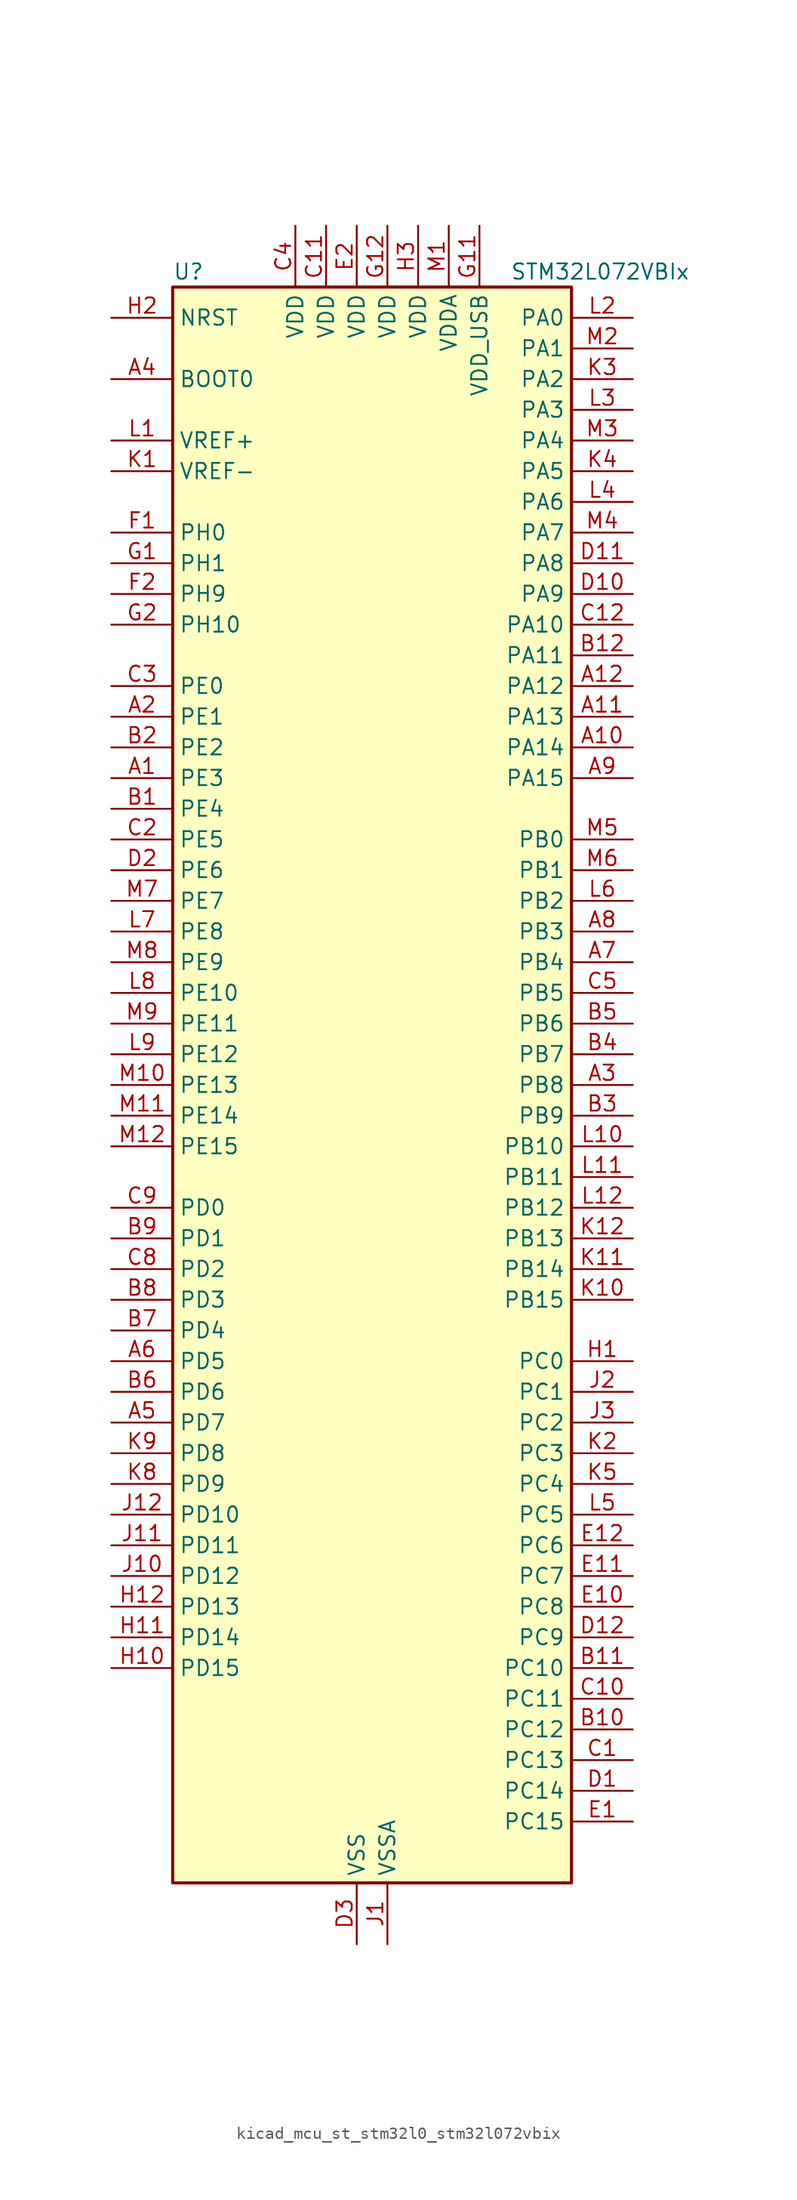
<source format=kicad_sym>
(kicad_symbol_lib
  (version 20220914)
  (generator kicad_symbol_editor)
  (symbol "kicad_mcu_st_stm32l0_stm32l072vbix"
    (property "Reference" "U"
      (at -15.24 67.31 0)
      (effects (font (size 1.27 1.27)) (justify left)))
    (property "Value" "STM32L072VBIx"
      (at 12.7 67.31 0)
      (effects (font (size 1.27 1.27)) (justify left)))
    (property "ki_locked" ""
      (at 0 0 0)
      (effects (font (size 1.27 1.27))))
    (symbol "kicad_mcu_st_stm32l0_stm32l072vbix_0_1"
      (rectangle (start -15.24 -66.04) (end 17.78 66.04) (stroke (width 0.254) (type default)) (fill (type background))))
    (symbol "kicad_mcu_st_stm32l0_stm32l072vbix_1_1"
      (pin bidirectional line (at -20.32 25.4 0) (length 5.08) (name "PE3" (effects (font (size 1.27 1.27)))) (number "A1" (effects (font (size 1.27 1.27)))) (alternate "TIM22_CH1" bidirectional line) (alternate "TIM3_CH1" bidirectional line))
      (pin bidirectional line (at 22.86 27.94 180) (length 5.08) (name "PA14" (effects (font (size 1.27 1.27)))) (number "A10" (effects (font (size 1.27 1.27)))) (alternate "LPUART1_TX" bidirectional line) (alternate "SYS_SWCLK" bidirectional line) (alternate "USART2_TX" bidirectional line))
      (pin bidirectional line (at 22.86 30.48 180) (length 5.08) (name "PA13" (effects (font (size 1.27 1.27)))) (number "A11" (effects (font (size 1.27 1.27)))) (alternate "LPUART1_RX" bidirectional line) (alternate "SYS_SWDIO" bidirectional line) (alternate "USB_NOE" bidirectional line))
      (pin bidirectional line (at 22.86 33.02 180) (length 5.08) (name "PA12" (effects (font (size 1.27 1.27)))) (number "A12" (effects (font (size 1.27 1.27)))) (alternate "COMP2_OUT" bidirectional line) (alternate "SPI1_MOSI" bidirectional line) (alternate "TSC_G4_IO4" bidirectional line) (alternate "USART1_DE" bidirectional line) (alternate "USART1_RTS" bidirectional line) (alternate "USB_DP" bidirectional line))
      (pin bidirectional line (at -20.32 30.48 0) (length 5.08) (name "PE1" (effects (font (size 1.27 1.27)))) (number "A2" (effects (font (size 1.27 1.27)))))
      (pin bidirectional line (at 22.86 0 180) (length 5.08) (name "PB8" (effects (font (size 1.27 1.27)))) (number "A3" (effects (font (size 1.27 1.27)))) (alternate "I2C1_SCL" bidirectional line) (alternate "TSC_SYNC" bidirectional line))
      (pin input line (at -20.32 58.42 0) (length 5.08) (name "BOOT0" (effects (font (size 1.27 1.27)))) (number "A4" (effects (font (size 1.27 1.27)))))
      (pin bidirectional line (at -20.32 -27.94 0) (length 5.08) (name "PD7" (effects (font (size 1.27 1.27)))) (number "A5" (effects (font (size 1.27 1.27)))) (alternate "TIM21_CH2" bidirectional line) (alternate "USART2_CK" bidirectional line))
      (pin bidirectional line (at -20.32 -22.86 0) (length 5.08) (name "PD5" (effects (font (size 1.27 1.27)))) (number "A6" (effects (font (size 1.27 1.27)))) (alternate "USART2_TX" bidirectional line))
      (pin bidirectional line (at 22.86 10.16 180) (length 5.08) (name "PB4" (effects (font (size 1.27 1.27)))) (number "A7" (effects (font (size 1.27 1.27)))) (alternate "COMP2_INP" bidirectional line) (alternate "I2C3_SDA" bidirectional line) (alternate "SPI1_MISO" bidirectional line) (alternate "TIM22_CH1" bidirectional line) (alternate "TIM3_CH1" bidirectional line) (alternate "TSC_G5_IO2" bidirectional line) (alternate "USART1_CTS" bidirectional line) (alternate "USART5_RX" bidirectional line))
      (pin bidirectional line (at 22.86 12.7 180) (length 5.08) (name "PB3" (effects (font (size 1.27 1.27)))) (number "A8" (effects (font (size 1.27 1.27)))) (alternate "COMP2_INM" bidirectional line) (alternate "SPI1_SCK" bidirectional line) (alternate "TIM2_CH2" bidirectional line) (alternate "TSC_G5_IO1" bidirectional line) (alternate "USART1_DE" bidirectional line) (alternate "USART1_RTS" bidirectional line) (alternate "USART5_TX" bidirectional line))
      (pin bidirectional line (at 22.86 25.4 180) (length 5.08) (name "PA15" (effects (font (size 1.27 1.27)))) (number "A9" (effects (font (size 1.27 1.27)))) (alternate "SPI1_NSS" bidirectional line) (alternate "TIM2_CH1" bidirectional line) (alternate "TIM2_ETR" bidirectional line) (alternate "USART2_RX" bidirectional line) (alternate "USART4_DE" bidirectional line) (alternate "USART4_RTS" bidirectional line))
      (pin bidirectional line (at -20.32 22.86 0) (length 5.08) (name "PE4" (effects (font (size 1.27 1.27)))) (number "B1" (effects (font (size 1.27 1.27)))) (alternate "TIM22_CH2" bidirectional line) (alternate "TIM3_CH2" bidirectional line))
      (pin bidirectional line (at 22.86 -53.34 180) (length 5.08) (name "PC12" (effects (font (size 1.27 1.27)))) (number "B10" (effects (font (size 1.27 1.27)))) (alternate "USART4_CK" bidirectional line) (alternate "USART5_TX" bidirectional line))
      (pin bidirectional line (at 22.86 -48.26 180) (length 5.08) (name "PC10" (effects (font (size 1.27 1.27)))) (number "B11" (effects (font (size 1.27 1.27)))) (alternate "LPUART1_TX" bidirectional line) (alternate "USART4_TX" bidirectional line))
      (pin bidirectional line (at 22.86 35.56 180) (length 5.08) (name "PA11" (effects (font (size 1.27 1.27)))) (number "B12" (effects (font (size 1.27 1.27)))) (alternate "ADC_EXTI11" bidirectional line) (alternate "COMP1_OUT" bidirectional line) (alternate "SPI1_MISO" bidirectional line) (alternate "TSC_G4_IO3" bidirectional line) (alternate "USART1_CTS" bidirectional line) (alternate "USB_DM" bidirectional line))
      (pin bidirectional line (at -20.32 27.94 0) (length 5.08) (name "PE2" (effects (font (size 1.27 1.27)))) (number "B2" (effects (font (size 1.27 1.27)))) (alternate "TIM3_ETR" bidirectional line))
      (pin bidirectional line (at 22.86 -2.54 180) (length 5.08) (name "PB9" (effects (font (size 1.27 1.27)))) (number "B3" (effects (font (size 1.27 1.27)))) (alternate "DAC_EXTI9" bidirectional line) (alternate "I2C1_SDA" bidirectional line) (alternate "I2S2_WS" bidirectional line) (alternate "SPI2_NSS" bidirectional line))
      (pin bidirectional line (at 22.86 2.54 180) (length 5.08) (name "PB7" (effects (font (size 1.27 1.27)))) (number "B4" (effects (font (size 1.27 1.27)))) (alternate "COMP2_INP" bidirectional line) (alternate "I2C1_SDA" bidirectional line) (alternate "LPTIM1_IN2" bidirectional line) (alternate "SYS_PVD_IN" bidirectional line) (alternate "TSC_G5_IO4" bidirectional line) (alternate "USART1_RX" bidirectional line) (alternate "USART4_CTS" bidirectional line))
      (pin bidirectional line (at 22.86 5.08 180) (length 5.08) (name "PB6" (effects (font (size 1.27 1.27)))) (number "B5" (effects (font (size 1.27 1.27)))) (alternate "COMP2_INP" bidirectional line) (alternate "I2C1_SCL" bidirectional line) (alternate "LPTIM1_ETR" bidirectional line) (alternate "TSC_G5_IO3" bidirectional line) (alternate "USART1_TX" bidirectional line))
      (pin bidirectional line (at -20.32 -25.4 0) (length 5.08) (name "PD6" (effects (font (size 1.27 1.27)))) (number "B6" (effects (font (size 1.27 1.27)))) (alternate "USART2_RX" bidirectional line))
      (pin bidirectional line (at -20.32 -20.32 0) (length 5.08) (name "PD4" (effects (font (size 1.27 1.27)))) (number "B7" (effects (font (size 1.27 1.27)))) (alternate "I2S2_SD" bidirectional line) (alternate "SPI2_MOSI" bidirectional line) (alternate "USART2_DE" bidirectional line) (alternate "USART2_RTS" bidirectional line))
      (pin bidirectional line (at -20.32 -17.78 0) (length 5.08) (name "PD3" (effects (font (size 1.27 1.27)))) (number "B8" (effects (font (size 1.27 1.27)))) (alternate "I2S2_MCK" bidirectional line) (alternate "SPI2_MISO" bidirectional line) (alternate "USART2_CTS" bidirectional line))
      (pin bidirectional line (at -20.32 -12.7 0) (length 5.08) (name "PD1" (effects (font (size 1.27 1.27)))) (number "B9" (effects (font (size 1.27 1.27)))) (alternate "I2S2_CK" bidirectional line) (alternate "SPI2_SCK" bidirectional line))
      (pin bidirectional line (at 22.86 -55.88 180) (length 5.08) (name "PC13" (effects (font (size 1.27 1.27)))) (number "C1" (effects (font (size 1.27 1.27)))) (alternate "RTC_OUT_ALARM" bidirectional line) (alternate "RTC_OUT_CALIB" bidirectional line) (alternate "RTC_TAMP1" bidirectional line) (alternate "RTC_TS" bidirectional line) (alternate "SYS_WKUP2" bidirectional line))
      (pin bidirectional line (at 22.86 -50.8 180) (length 5.08) (name "PC11" (effects (font (size 1.27 1.27)))) (number "C10" (effects (font (size 1.27 1.27)))) (alternate "ADC_EXTI11" bidirectional line) (alternate "LPUART1_RX" bidirectional line) (alternate "USART4_RX" bidirectional line))
      (pin power_in line (at -2.54 71.12 270) (length 5.08) (name "VDD" (effects (font (size 1.27 1.27)))) (number "C11" (effects (font (size 1.27 1.27)))))
      (pin bidirectional line (at 22.86 38.1 180) (length 5.08) (name "PA10" (effects (font (size 1.27 1.27)))) (number "C12" (effects (font (size 1.27 1.27)))) (alternate "I2C1_SDA" bidirectional line) (alternate "TSC_G4_IO2" bidirectional line) (alternate "USART1_RX" bidirectional line))
      (pin bidirectional line (at -20.32 20.32 0) (length 5.08) (name "PE5" (effects (font (size 1.27 1.27)))) (number "C2" (effects (font (size 1.27 1.27)))) (alternate "TIM21_CH1" bidirectional line) (alternate "TIM3_CH3" bidirectional line))
      (pin bidirectional line (at -20.32 33.02 0) (length 5.08) (name "PE0" (effects (font (size 1.27 1.27)))) (number "C3" (effects (font (size 1.27 1.27)))))
      (pin power_in line (at -5.08 71.12 270) (length 5.08) (name "VDD" (effects (font (size 1.27 1.27)))) (number "C4" (effects (font (size 1.27 1.27)))))
      (pin bidirectional line (at 22.86 7.62 180) (length 5.08) (name "PB5" (effects (font (size 1.27 1.27)))) (number "C5" (effects (font (size 1.27 1.27)))) (alternate "COMP2_INP" bidirectional line) (alternate "I2C1_SMBA" bidirectional line) (alternate "LPTIM1_IN1" bidirectional line) (alternate "SPI1_MOSI" bidirectional line) (alternate "TIM22_CH2" bidirectional line) (alternate "TIM3_CH2" bidirectional line) (alternate "USART1_CK" bidirectional line) (alternate "USART5_CK" bidirectional line) (alternate "USART5_DE" bidirectional line) (alternate "USART5_RTS" bidirectional line))
      (pin bidirectional line (at -20.32 -15.24 0) (length 5.08) (name "PD2" (effects (font (size 1.27 1.27)))) (number "C8" (effects (font (size 1.27 1.27)))) (alternate "LPUART1_DE" bidirectional line) (alternate "LPUART1_RTS" bidirectional line) (alternate "TIM3_ETR" bidirectional line) (alternate "USART5_RX" bidirectional line))
      (pin bidirectional line (at -20.32 -10.16 0) (length 5.08) (name "PD0" (effects (font (size 1.27 1.27)))) (number "C9" (effects (font (size 1.27 1.27)))) (alternate "I2S2_WS" bidirectional line) (alternate "SPI2_NSS" bidirectional line) (alternate "TIM21_CH1" bidirectional line))
      (pin bidirectional line (at 22.86 -58.42 180) (length 5.08) (name "PC14" (effects (font (size 1.27 1.27)))) (number "D1" (effects (font (size 1.27 1.27)))) (alternate "RCC_OSC32_IN" bidirectional line))
      (pin bidirectional line (at 22.86 40.64 180) (length 5.08) (name "PA9" (effects (font (size 1.27 1.27)))) (number "D10" (effects (font (size 1.27 1.27)))) (alternate "DAC_EXTI9" bidirectional line) (alternate "I2C1_SCL" bidirectional line) (alternate "I2C3_SMBA" bidirectional line) (alternate "RCC_MCO" bidirectional line) (alternate "TSC_G4_IO1" bidirectional line) (alternate "USART1_TX" bidirectional line))
      (pin bidirectional line (at 22.86 43.18 180) (length 5.08) (name "PA8" (effects (font (size 1.27 1.27)))) (number "D11" (effects (font (size 1.27 1.27)))) (alternate "CRS_SYNC" bidirectional line) (alternate "I2C3_SCL" bidirectional line) (alternate "RCC_MCO" bidirectional line) (alternate "USART1_CK" bidirectional line))
      (pin bidirectional line (at 22.86 -45.72 180) (length 5.08) (name "PC9" (effects (font (size 1.27 1.27)))) (number "D12" (effects (font (size 1.27 1.27)))) (alternate "DAC_EXTI9" bidirectional line) (alternate "I2C3_SDA" bidirectional line) (alternate "TIM21_ETR" bidirectional line) (alternate "TIM3_CH4" bidirectional line) (alternate "TSC_G8_IO4" bidirectional line) (alternate "USB_NOE" bidirectional line))
      (pin bidirectional line (at -20.32 17.78 0) (length 5.08) (name "PE6" (effects (font (size 1.27 1.27)))) (number "D2" (effects (font (size 1.27 1.27)))) (alternate "RTC_TAMP3" bidirectional line) (alternate "SYS_WKUP3" bidirectional line) (alternate "TIM21_CH2" bidirectional line) (alternate "TIM3_CH4" bidirectional line))
      (pin power_in line (at 0 -71.12 90) (length 5.08) (name "VSS" (effects (font (size 1.27 1.27)))) (number "D3" (effects (font (size 1.27 1.27)))))
      (pin bidirectional line (at 22.86 -60.96 180) (length 5.08) (name "PC15" (effects (font (size 1.27 1.27)))) (number "E1" (effects (font (size 1.27 1.27)))) (alternate "RCC_OSC32_OUT" bidirectional line))
      (pin bidirectional line (at 22.86 -43.18 180) (length 5.08) (name "PC8" (effects (font (size 1.27 1.27)))) (number "E10" (effects (font (size 1.27 1.27)))) (alternate "TIM22_ETR" bidirectional line) (alternate "TIM3_CH3" bidirectional line) (alternate "TSC_G8_IO3" bidirectional line))
      (pin bidirectional line (at 22.86 -40.64 180) (length 5.08) (name "PC7" (effects (font (size 1.27 1.27)))) (number "E11" (effects (font (size 1.27 1.27)))) (alternate "TIM22_CH2" bidirectional line) (alternate "TIM3_CH2" bidirectional line) (alternate "TSC_G8_IO2" bidirectional line))
      (pin bidirectional line (at 22.86 -38.1 180) (length 5.08) (name "PC6" (effects (font (size 1.27 1.27)))) (number "E12" (effects (font (size 1.27 1.27)))) (alternate "TIM22_CH1" bidirectional line) (alternate "TIM3_CH1" bidirectional line) (alternate "TSC_G8_IO1" bidirectional line))
      (pin power_in line (at 0 71.12 270) (length 5.08) (name "VDD" (effects (font (size 1.27 1.27)))) (number "E2" (effects (font (size 1.27 1.27)))))
      (pin passive line (at 0 -71.12 90) (length 5.08) hide (name "VSS" (effects (font (size 1.27 1.27)))) (number "E3" (effects (font (size 1.27 1.27)))))
      (pin bidirectional line (at -20.32 45.72 0) (length 5.08) (name "PH0" (effects (font (size 1.27 1.27)))) (number "F1" (effects (font (size 1.27 1.27)))) (alternate "CRS_SYNC" bidirectional line) (alternate "RCC_OSC_IN" bidirectional line))
      (pin passive line (at 0 -71.12 90) (length 5.08) hide (name "VSS" (effects (font (size 1.27 1.27)))) (number "F11" (effects (font (size 1.27 1.27)))))
      (pin passive line (at 0 -71.12 90) (length 5.08) hide (name "VSS" (effects (font (size 1.27 1.27)))) (number "F12" (effects (font (size 1.27 1.27)))))
      (pin bidirectional line (at -20.32 40.64 0) (length 5.08) (name "PH9" (effects (font (size 1.27 1.27)))) (number "F2" (effects (font (size 1.27 1.27)))) (alternate "DAC_EXTI9" bidirectional line))
      (pin bidirectional line (at -20.32 43.18 0) (length 5.08) (name "PH1" (effects (font (size 1.27 1.27)))) (number "G1" (effects (font (size 1.27 1.27)))) (alternate "RCC_OSC_OUT" bidirectional line))
      (pin power_in line (at 10.16 71.12 270) (length 5.08) (name "VDD_USB" (effects (font (size 1.27 1.27)))) (number "G11" (effects (font (size 1.27 1.27)))))
      (pin power_in line (at 2.54 71.12 270) (length 5.08) (name "VDD" (effects (font (size 1.27 1.27)))) (number "G12" (effects (font (size 1.27 1.27)))))
      (pin bidirectional line (at -20.32 38.1 0) (length 5.08) (name "PH10" (effects (font (size 1.27 1.27)))) (number "G2" (effects (font (size 1.27 1.27)))))
      (pin bidirectional line (at 22.86 -22.86 180) (length 5.08) (name "PC0" (effects (font (size 1.27 1.27)))) (number "H1" (effects (font (size 1.27 1.27)))) (alternate "ADC_IN10" bidirectional line) (alternate "I2C3_SCL" bidirectional line) (alternate "LPTIM1_IN1" bidirectional line) (alternate "LPUART1_RX" bidirectional line) (alternate "TSC_G7_IO1" bidirectional line))
      (pin bidirectional line (at -20.32 -48.26 0) (length 5.08) (name "PD15" (effects (font (size 1.27 1.27)))) (number "H10" (effects (font (size 1.27 1.27)))) (alternate "CRS_SYNC" bidirectional line))
      (pin bidirectional line (at -20.32 -45.72 0) (length 5.08) (name "PD14" (effects (font (size 1.27 1.27)))) (number "H11" (effects (font (size 1.27 1.27)))))
      (pin bidirectional line (at -20.32 -43.18 0) (length 5.08) (name "PD13" (effects (font (size 1.27 1.27)))) (number "H12" (effects (font (size 1.27 1.27)))))
      (pin input line (at -20.32 63.5 0) (length 5.08) (name "NRST" (effects (font (size 1.27 1.27)))) (number "H2" (effects (font (size 1.27 1.27)))))
      (pin power_in line (at 5.08 71.12 270) (length 5.08) (name "VDD" (effects (font (size 1.27 1.27)))) (number "H3" (effects (font (size 1.27 1.27)))))
      (pin power_in line (at 2.54 -71.12 90) (length 5.08) (name "VSSA" (effects (font (size 1.27 1.27)))) (number "J1" (effects (font (size 1.27 1.27)))))
      (pin bidirectional line (at -20.32 -40.64 0) (length 5.08) (name "PD12" (effects (font (size 1.27 1.27)))) (number "J10" (effects (font (size 1.27 1.27)))) (alternate "LPUART1_DE" bidirectional line) (alternate "LPUART1_RTS" bidirectional line))
      (pin bidirectional line (at -20.32 -38.1 0) (length 5.08) (name "PD11" (effects (font (size 1.27 1.27)))) (number "J11" (effects (font (size 1.27 1.27)))) (alternate "ADC_EXTI11" bidirectional line) (alternate "LPUART1_CTS" bidirectional line))
      (pin bidirectional line (at -20.32 -35.56 0) (length 5.08) (name "PD10" (effects (font (size 1.27 1.27)))) (number "J12" (effects (font (size 1.27 1.27)))))
      (pin bidirectional line (at 22.86 -25.4 180) (length 5.08) (name "PC1" (effects (font (size 1.27 1.27)))) (number "J2" (effects (font (size 1.27 1.27)))) (alternate "ADC_IN11" bidirectional line) (alternate "I2C3_SDA" bidirectional line) (alternate "LPTIM1_OUT" bidirectional line) (alternate "LPUART1_TX" bidirectional line) (alternate "TSC_G7_IO2" bidirectional line))
      (pin bidirectional line (at 22.86 -27.94 180) (length 5.08) (name "PC2" (effects (font (size 1.27 1.27)))) (number "J3" (effects (font (size 1.27 1.27)))) (alternate "ADC_IN12" bidirectional line) (alternate "I2S2_MCK" bidirectional line) (alternate "LPTIM1_IN2" bidirectional line) (alternate "SPI2_MISO" bidirectional line) (alternate "TSC_G7_IO3" bidirectional line))
      (pin input line (at -20.32 50.8 0) (length 5.08) (name "VREF-" (effects (font (size 1.27 1.27)))) (number "K1" (effects (font (size 1.27 1.27)))))
      (pin bidirectional line (at 22.86 -17.78 180) (length 5.08) (name "PB15" (effects (font (size 1.27 1.27)))) (number "K10" (effects (font (size 1.27 1.27)))) (alternate "I2S2_SD" bidirectional line) (alternate "RTC_REFIN" bidirectional line) (alternate "SPI2_MOSI" bidirectional line))
      (pin bidirectional line (at 22.86 -15.24 180) (length 5.08) (name "PB14" (effects (font (size 1.27 1.27)))) (number "K11" (effects (font (size 1.27 1.27)))) (alternate "I2C2_SDA" bidirectional line) (alternate "I2S2_MCK" bidirectional line) (alternate "LPUART1_DE" bidirectional line) (alternate "LPUART1_RTS" bidirectional line) (alternate "RTC_OUT_ALARM" bidirectional line) (alternate "RTC_OUT_CALIB" bidirectional line) (alternate "SPI2_MISO" bidirectional line) (alternate "TIM21_CH2" bidirectional line) (alternate "TSC_G6_IO4" bidirectional line))
      (pin bidirectional line (at 22.86 -12.7 180) (length 5.08) (name "PB13" (effects (font (size 1.27 1.27)))) (number "K12" (effects (font (size 1.27 1.27)))) (alternate "I2C2_SCL" bidirectional line) (alternate "I2S2_CK" bidirectional line) (alternate "LPUART1_CTS" bidirectional line) (alternate "RCC_MCO" bidirectional line) (alternate "SPI2_SCK" bidirectional line) (alternate "TIM21_CH1" bidirectional line) (alternate "TSC_G6_IO3" bidirectional line))
      (pin bidirectional line (at 22.86 -30.48 180) (length 5.08) (name "PC3" (effects (font (size 1.27 1.27)))) (number "K2" (effects (font (size 1.27 1.27)))) (alternate "ADC_IN13" bidirectional line) (alternate "I2S2_SD" bidirectional line) (alternate "LPTIM1_ETR" bidirectional line) (alternate "SPI2_MOSI" bidirectional line) (alternate "TSC_G7_IO4" bidirectional line))
      (pin bidirectional line (at 22.86 58.42 180) (length 5.08) (name "PA2" (effects (font (size 1.27 1.27)))) (number "K3" (effects (font (size 1.27 1.27)))) (alternate "ADC_IN2" bidirectional line) (alternate "COMP2_INM" bidirectional line) (alternate "COMP2_OUT" bidirectional line) (alternate "LPUART1_TX" bidirectional line) (alternate "TIM21_CH1" bidirectional line) (alternate "TIM2_CH3" bidirectional line) (alternate "TSC_G1_IO3" bidirectional line) (alternate "USART2_TX" bidirectional line))
      (pin bidirectional line (at 22.86 50.8 180) (length 5.08) (name "PA5" (effects (font (size 1.27 1.27)))) (number "K4" (effects (font (size 1.27 1.27)))) (alternate "ADC_IN5" bidirectional line) (alternate "COMP1_INM" bidirectional line) (alternate "COMP2_INM" bidirectional line) (alternate "DAC_OUT2" bidirectional line) (alternate "SPI1_SCK" bidirectional line) (alternate "TIM2_CH1" bidirectional line) (alternate "TIM2_ETR" bidirectional line) (alternate "TSC_G2_IO2" bidirectional line))
      (pin bidirectional line (at 22.86 -33.02 180) (length 5.08) (name "PC4" (effects (font (size 1.27 1.27)))) (number "K5" (effects (font (size 1.27 1.27)))) (alternate "ADC_IN14" bidirectional line) (alternate "LPUART1_TX" bidirectional line))
      (pin bidirectional line (at -20.32 -33.02 0) (length 5.08) (name "PD9" (effects (font (size 1.27 1.27)))) (number "K8" (effects (font (size 1.27 1.27)))) (alternate "DAC_EXTI9" bidirectional line) (alternate "LPUART1_RX" bidirectional line))
      (pin bidirectional line (at -20.32 -30.48 0) (length 5.08) (name "PD8" (effects (font (size 1.27 1.27)))) (number "K9" (effects (font (size 1.27 1.27)))) (alternate "LPUART1_TX" bidirectional line))
      (pin input line (at -20.32 53.34 0) (length 5.08) (name "VREF+" (effects (font (size 1.27 1.27)))) (number "L1" (effects (font (size 1.27 1.27)))))
      (pin bidirectional line (at 22.86 -5.08 180) (length 5.08) (name "PB10" (effects (font (size 1.27 1.27)))) (number "L10" (effects (font (size 1.27 1.27)))) (alternate "I2C2_SCL" bidirectional line) (alternate "LPUART1_RX" bidirectional line) (alternate "LPUART1_TX" bidirectional line) (alternate "SPI2_SCK" bidirectional line) (alternate "TIM2_CH3" bidirectional line) (alternate "TSC_SYNC" bidirectional line))
      (pin bidirectional line (at 22.86 -7.62 180) (length 5.08) (name "PB11" (effects (font (size 1.27 1.27)))) (number "L11" (effects (font (size 1.27 1.27)))) (alternate "ADC_EXTI11" bidirectional line) (alternate "I2C2_SDA" bidirectional line) (alternate "LPUART1_RX" bidirectional line) (alternate "LPUART1_TX" bidirectional line) (alternate "TIM2_CH4" bidirectional line) (alternate "TSC_G6_IO1" bidirectional line))
      (pin bidirectional line (at 22.86 -10.16 180) (length 5.08) (name "PB12" (effects (font (size 1.27 1.27)))) (number "L12" (effects (font (size 1.27 1.27)))) (alternate "I2S2_WS" bidirectional line) (alternate "LPUART1_DE" bidirectional line) (alternate "LPUART1_RTS" bidirectional line) (alternate "SPI2_NSS" bidirectional line) (alternate "TSC_G6_IO2" bidirectional line))
      (pin bidirectional line (at 22.86 63.5 180) (length 5.08) (name "PA0" (effects (font (size 1.27 1.27)))) (number "L2" (effects (font (size 1.27 1.27)))) (alternate "ADC_IN0" bidirectional line) (alternate "COMP1_INM" bidirectional line) (alternate "COMP1_OUT" bidirectional line) (alternate "RTC_TAMP2" bidirectional line) (alternate "SYS_WKUP1" bidirectional line) (alternate "TIM2_CH1" bidirectional line) (alternate "TIM2_ETR" bidirectional line) (alternate "TSC_G1_IO1" bidirectional line) (alternate "USART2_CTS" bidirectional line) (alternate "USART4_TX" bidirectional line))
      (pin bidirectional line (at 22.86 55.88 180) (length 5.08) (name "PA3" (effects (font (size 1.27 1.27)))) (number "L3" (effects (font (size 1.27 1.27)))) (alternate "ADC_IN3" bidirectional line) (alternate "COMP2_INP" bidirectional line) (alternate "LPUART1_RX" bidirectional line) (alternate "TIM21_CH2" bidirectional line) (alternate "TIM2_CH4" bidirectional line) (alternate "TSC_G1_IO4" bidirectional line) (alternate "USART2_RX" bidirectional line))
      (pin bidirectional line (at 22.86 48.26 180) (length 5.08) (name "PA6" (effects (font (size 1.27 1.27)))) (number "L4" (effects (font (size 1.27 1.27)))) (alternate "ADC_IN6" bidirectional line) (alternate "COMP1_OUT" bidirectional line) (alternate "LPUART1_CTS" bidirectional line) (alternate "SPI1_MISO" bidirectional line) (alternate "TIM22_CH1" bidirectional line) (alternate "TIM3_CH1" bidirectional line) (alternate "TSC_G2_IO3" bidirectional line))
      (pin bidirectional line (at 22.86 -35.56 180) (length 5.08) (name "PC5" (effects (font (size 1.27 1.27)))) (number "L5" (effects (font (size 1.27 1.27)))) (alternate "ADC_IN15" bidirectional line) (alternate "LPUART1_RX" bidirectional line) (alternate "TSC_G3_IO1" bidirectional line))
      (pin bidirectional line (at 22.86 15.24 180) (length 5.08) (name "PB2" (effects (font (size 1.27 1.27)))) (number "L6" (effects (font (size 1.27 1.27)))) (alternate "I2C3_SMBA" bidirectional line) (alternate "LPTIM1_OUT" bidirectional line) (alternate "TSC_G3_IO4" bidirectional line))
      (pin bidirectional line (at -20.32 12.7 0) (length 5.08) (name "PE8" (effects (font (size 1.27 1.27)))) (number "L7" (effects (font (size 1.27 1.27)))) (alternate "USART4_TX" bidirectional line))
      (pin bidirectional line (at -20.32 7.62 0) (length 5.08) (name "PE10" (effects (font (size 1.27 1.27)))) (number "L8" (effects (font (size 1.27 1.27)))) (alternate "TIM2_CH2" bidirectional line) (alternate "USART5_TX" bidirectional line))
      (pin bidirectional line (at -20.32 2.54 0) (length 5.08) (name "PE12" (effects (font (size 1.27 1.27)))) (number "L9" (effects (font (size 1.27 1.27)))) (alternate "SPI1_NSS" bidirectional line) (alternate "TIM2_CH4" bidirectional line))
      (pin power_in line (at 7.62 71.12 270) (length 5.08) (name "VDDA" (effects (font (size 1.27 1.27)))) (number "M1" (effects (font (size 1.27 1.27)))))
      (pin bidirectional line (at -20.32 0 0) (length 5.08) (name "PE13" (effects (font (size 1.27 1.27)))) (number "M10" (effects (font (size 1.27 1.27)))) (alternate "SPI1_SCK" bidirectional line))
      (pin bidirectional line (at -20.32 -2.54 0) (length 5.08) (name "PE14" (effects (font (size 1.27 1.27)))) (number "M11" (effects (font (size 1.27 1.27)))) (alternate "SPI1_MISO" bidirectional line))
      (pin bidirectional line (at -20.32 -5.08 0) (length 5.08) (name "PE15" (effects (font (size 1.27 1.27)))) (number "M12" (effects (font (size 1.27 1.27)))) (alternate "SPI1_MOSI" bidirectional line))
      (pin bidirectional line (at 22.86 60.96 180) (length 5.08) (name "PA1" (effects (font (size 1.27 1.27)))) (number "M2" (effects (font (size 1.27 1.27)))) (alternate "ADC_IN1" bidirectional line) (alternate "COMP1_INP" bidirectional line) (alternate "TIM21_ETR" bidirectional line) (alternate "TIM2_CH2" bidirectional line) (alternate "TSC_G1_IO2" bidirectional line) (alternate "USART2_DE" bidirectional line) (alternate "USART2_RTS" bidirectional line) (alternate "USART4_RX" bidirectional line))
      (pin bidirectional line (at 22.86 53.34 180) (length 5.08) (name "PA4" (effects (font (size 1.27 1.27)))) (number "M3" (effects (font (size 1.27 1.27)))) (alternate "ADC_IN4" bidirectional line) (alternate "COMP1_INM" bidirectional line) (alternate "COMP2_INM" bidirectional line) (alternate "DAC_OUT1" bidirectional line) (alternate "SPI1_NSS" bidirectional line) (alternate "TIM22_ETR" bidirectional line) (alternate "TSC_G2_IO1" bidirectional line) (alternate "USART2_CK" bidirectional line))
      (pin bidirectional line (at 22.86 45.72 180) (length 5.08) (name "PA7" (effects (font (size 1.27 1.27)))) (number "M4" (effects (font (size 1.27 1.27)))) (alternate "ADC_IN7" bidirectional line) (alternate "COMP2_OUT" bidirectional line) (alternate "SPI1_MOSI" bidirectional line) (alternate "TIM22_CH2" bidirectional line) (alternate "TIM3_CH2" bidirectional line) (alternate "TSC_G2_IO4" bidirectional line))
      (pin bidirectional line (at 22.86 20.32 180) (length 5.08) (name "PB0" (effects (font (size 1.27 1.27)))) (number "M5" (effects (font (size 1.27 1.27)))) (alternate "ADC_IN8" bidirectional line) (alternate "SYS_VREF_OUT_PB0" bidirectional line) (alternate "TIM3_CH3" bidirectional line) (alternate "TSC_G3_IO2" bidirectional line))
      (pin bidirectional line (at 22.86 17.78 180) (length 5.08) (name "PB1" (effects (font (size 1.27 1.27)))) (number "M6" (effects (font (size 1.27 1.27)))) (alternate "ADC_IN9" bidirectional line) (alternate "LPUART1_DE" bidirectional line) (alternate "LPUART1_RTS" bidirectional line) (alternate "SYS_VREF_OUT_PB1" bidirectional line) (alternate "TIM3_CH4" bidirectional line) (alternate "TSC_G3_IO3" bidirectional line))
      (pin bidirectional line (at -20.32 15.24 0) (length 5.08) (name "PE7" (effects (font (size 1.27 1.27)))) (number "M7" (effects (font (size 1.27 1.27)))) (alternate "USART5_CK" bidirectional line) (alternate "USART5_DE" bidirectional line) (alternate "USART5_RTS" bidirectional line))
      (pin bidirectional line (at -20.32 10.16 0) (length 5.08) (name "PE9" (effects (font (size 1.27 1.27)))) (number "M8" (effects (font (size 1.27 1.27)))) (alternate "DAC_EXTI9" bidirectional line) (alternate "TIM2_CH1" bidirectional line) (alternate "TIM2_ETR" bidirectional line) (alternate "USART4_RX" bidirectional line))
      (pin bidirectional line (at -20.32 5.08 0) (length 5.08) (name "PE11" (effects (font (size 1.27 1.27)))) (number "M9" (effects (font (size 1.27 1.27)))) (alternate "ADC_EXTI11" bidirectional line) (alternate "TIM2_CH3" bidirectional line) (alternate "USART5_RX" bidirectional line)))))
</source>
